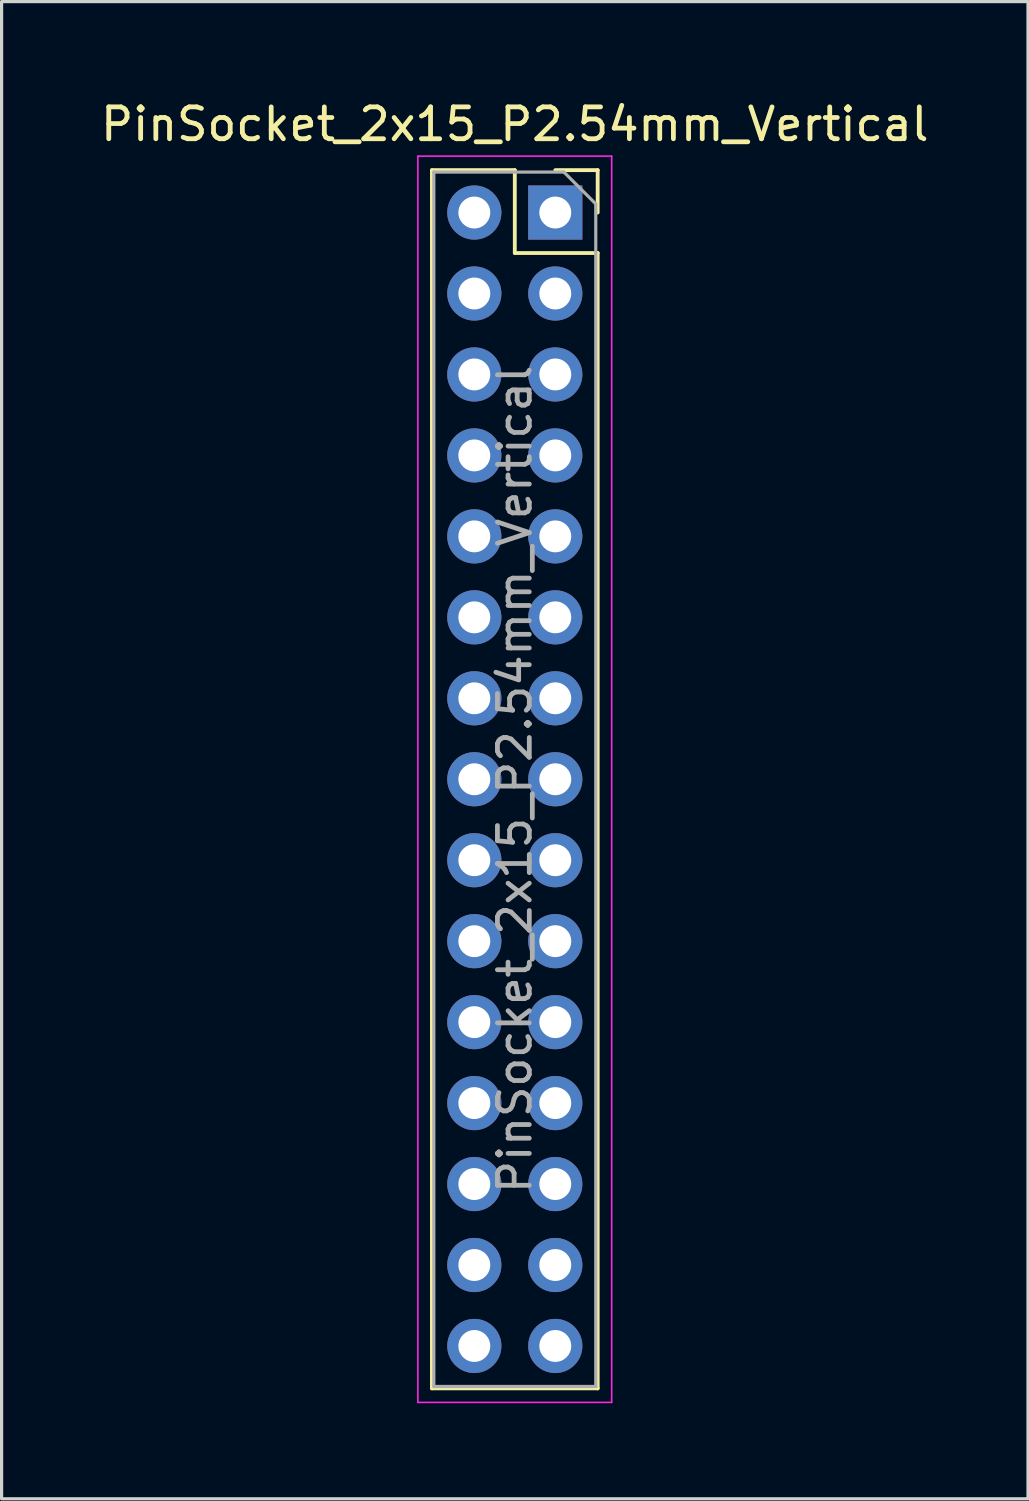
<source format=kicad_pcb>
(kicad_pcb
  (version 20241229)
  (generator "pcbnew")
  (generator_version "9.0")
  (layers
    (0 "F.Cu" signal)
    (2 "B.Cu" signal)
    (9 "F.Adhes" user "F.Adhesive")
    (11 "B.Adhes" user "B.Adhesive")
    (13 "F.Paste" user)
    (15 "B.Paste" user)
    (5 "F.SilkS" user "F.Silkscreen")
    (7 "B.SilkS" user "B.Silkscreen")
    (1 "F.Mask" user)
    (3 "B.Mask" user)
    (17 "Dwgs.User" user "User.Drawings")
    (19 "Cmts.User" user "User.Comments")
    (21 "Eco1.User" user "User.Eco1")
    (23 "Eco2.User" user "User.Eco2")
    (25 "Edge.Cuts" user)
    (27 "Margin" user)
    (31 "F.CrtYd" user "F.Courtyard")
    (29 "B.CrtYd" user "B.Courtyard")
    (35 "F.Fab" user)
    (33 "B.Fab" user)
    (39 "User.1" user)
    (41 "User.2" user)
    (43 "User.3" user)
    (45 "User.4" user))
  (footprint "PinSocket_2x15_P2.54mm_Vertical"
    (layer "F.Cu")
    (at 14.371 3.618)
    (property "Reference" "PinSocket_2x15_P2.54mm_Vertical" (at -1.27 -2.77 0) (layer "F.SilkS") (effects (font (size 1 1) (thickness 0.15))))
    (attr through_hole)
    (fp_line (start -3.87 -1.33) (end -3.87 36.89) (stroke (width 0.12) (type solid)) (layer "F.SilkS"))
    (fp_line (start -3.87 -1.33) (end -1.27 -1.33) (stroke (width 0.12) (type solid)) (layer "F.SilkS"))
    (fp_line (start -3.87 36.89) (end 1.33 36.89) (stroke (width 0.12) (type solid)) (layer "F.SilkS"))
    (fp_line (start -1.27 -1.33) (end -1.27 1.27) (stroke (width 0.12) (type solid)) (layer "F.SilkS"))
    (fp_line (start -1.27 1.27) (end 1.33 1.27) (stroke (width 0.12) (type solid)) (layer "F.SilkS"))
    (fp_line (start 0 -1.33) (end 1.33 -1.33) (stroke (width 0.12) (type solid)) (layer "F.SilkS"))
    (fp_line (start 1.33 -1.33) (end 1.33 0) (stroke (width 0.12) (type solid)) (layer "F.SilkS"))
    (fp_line (start 1.33 1.27) (end 1.33 36.89) (stroke (width 0.12) (type solid)) (layer "F.SilkS"))
    (fp_line (start -4.31 -1.77) (end 1.77 -1.77) (stroke (width 0.05) (type solid)) (layer "F.CrtYd"))
    (fp_line (start -4.31 37.33) (end -4.31 -1.77) (stroke (width 0.05) (type solid)) (layer "F.CrtYd"))
    (fp_line (start 1.77 -1.77) (end 1.77 37.33) (stroke (width 0.05) (type solid)) (layer "F.CrtYd"))
    (fp_line (start 1.77 37.33) (end -4.31 37.33) (stroke (width 0.05) (type solid)) (layer "F.CrtYd"))
    (fp_line (start -3.81 -1.27) (end 0.27 -1.27) (stroke (width 0.1) (type solid)) (layer "F.Fab"))
    (fp_line (start -3.81 36.83) (end -3.81 -1.27) (stroke (width 0.1) (type solid)) (layer "F.Fab"))
    (fp_line (start 0.27 -1.27) (end 1.27 -0.27) (stroke (width 0.1) (type solid)) (layer "F.Fab"))
    (fp_line (start 1.27 -0.27) (end 1.27 36.83) (stroke (width 0.1) (type solid)) (layer "F.Fab"))
    (fp_line (start 1.27 36.83) (end -3.81 36.83) (stroke (width 0.1) (type solid)) (layer "F.Fab"))
    (fp_text user "${REFERENCE}" (at -1.27 17.78 90) (layer "F.Fab") (effects (font (size 1 1) (thickness 0.15))))
    (pad "1" thru_hole rect (at 0 0) (size 1.7 1.7) (drill 1) (layers "*.Cu" "*.Mask"))
    (pad "2" thru_hole circle (at -2.54 0) (size 1.7 1.7) (drill 1) (layers "*.Cu" "*.Mask"))
    (pad "3" thru_hole circle (at 0 2.54) (size 1.7 1.7) (drill 1) (layers "*.Cu" "*.Mask"))
    (pad "4" thru_hole circle (at -2.54 2.54) (size 1.7 1.7) (drill 1) (layers "*.Cu" "*.Mask"))
    (pad "5" thru_hole circle (at 0 5.08) (size 1.7 1.7) (drill 1) (layers "*.Cu" "*.Mask"))
    (pad "6" thru_hole circle (at -2.54 5.08) (size 1.7 1.7) (drill 1) (layers "*.Cu" "*.Mask"))
    (pad "7" thru_hole circle (at 0 7.62) (size 1.7 1.7) (drill 1) (layers "*.Cu" "*.Mask"))
    (pad "8" thru_hole circle (at -2.54 7.62) (size 1.7 1.7) (drill 1) (layers "*.Cu" "*.Mask"))
    (pad "9" thru_hole circle (at 0 10.16) (size 1.7 1.7) (drill 1) (layers "*.Cu" "*.Mask"))
    (pad "10" thru_hole circle (at -2.54 10.16) (size 1.7 1.7) (drill 1) (layers "*.Cu" "*.Mask"))
    (pad "11" thru_hole circle (at 0 12.7) (size 1.7 1.7) (drill 1) (layers "*.Cu" "*.Mask"))
    (pad "12" thru_hole circle (at -2.54 12.7) (size 1.7 1.7) (drill 1) (layers "*.Cu" "*.Mask"))
    (pad "13" thru_hole circle (at 0 15.24) (size 1.7 1.7) (drill 1) (layers "*.Cu" "*.Mask"))
    (pad "14" thru_hole circle (at -2.54 15.24) (size 1.7 1.7) (drill 1) (layers "*.Cu" "*.Mask"))
    (pad "15" thru_hole circle (at 0 17.78) (size 1.7 1.7) (drill 1) (layers "*.Cu" "*.Mask"))
    (pad "16" thru_hole circle (at -2.54 17.78) (size 1.7 1.7) (drill 1) (layers "*.Cu" "*.Mask"))
    (pad "17" thru_hole circle (at 0 20.32) (size 1.7 1.7) (drill 1) (layers "*.Cu" "*.Mask"))
    (pad "18" thru_hole circle (at -2.54 20.32) (size 1.7 1.7) (drill 1) (layers "*.Cu" "*.Mask"))
    (pad "19" thru_hole circle (at 0 22.86) (size 1.7 1.7) (drill 1) (layers "*.Cu" "*.Mask"))
    (pad "20" thru_hole circle (at -2.54 22.86) (size 1.7 1.7) (drill 1) (layers "*.Cu" "*.Mask"))
    (pad "21" thru_hole circle (at 0 25.4) (size 1.7 1.7) (drill 1) (layers "*.Cu" "*.Mask"))
    (pad "22" thru_hole circle (at -2.54 25.4) (size 1.7 1.7) (drill 1) (layers "*.Cu" "*.Mask"))
    (pad "23" thru_hole circle (at 0 27.94) (size 1.7 1.7) (drill 1) (layers "*.Cu" "*.Mask"))
    (pad "24" thru_hole circle (at -2.54 27.94) (size 1.7 1.7) (drill 1) (layers "*.Cu" "*.Mask"))
    (pad "25" thru_hole circle (at 0 30.48) (size 1.7 1.7) (drill 1) (layers "*.Cu" "*.Mask"))
    (pad "26" thru_hole circle (at -2.54 30.48) (size 1.7 1.7) (drill 1) (layers "*.Cu" "*.Mask"))
    (pad "27" thru_hole circle (at 0 33.02) (size 1.7 1.7) (drill 1) (layers "*.Cu" "*.Mask"))
    (pad "28" thru_hole circle (at -2.54 33.02) (size 1.7 1.7) (drill 1) (layers "*.Cu" "*.Mask"))
    (pad "29" thru_hole circle (at 0 35.56) (size 1.7 1.7) (drill 1) (layers "*.Cu" "*.Mask"))
    (pad "30" thru_hole circle (at -2.54 35.56) (size 1.7 1.7) (drill 1) (layers "*.Cu" "*.Mask")))
  (gr_rect
    (start -3 -3)
    (end 29.202 43.973)
    (stroke (width 0.1) (type default))
    (fill no)
    (layer "Edge.Cuts")))
</source>
